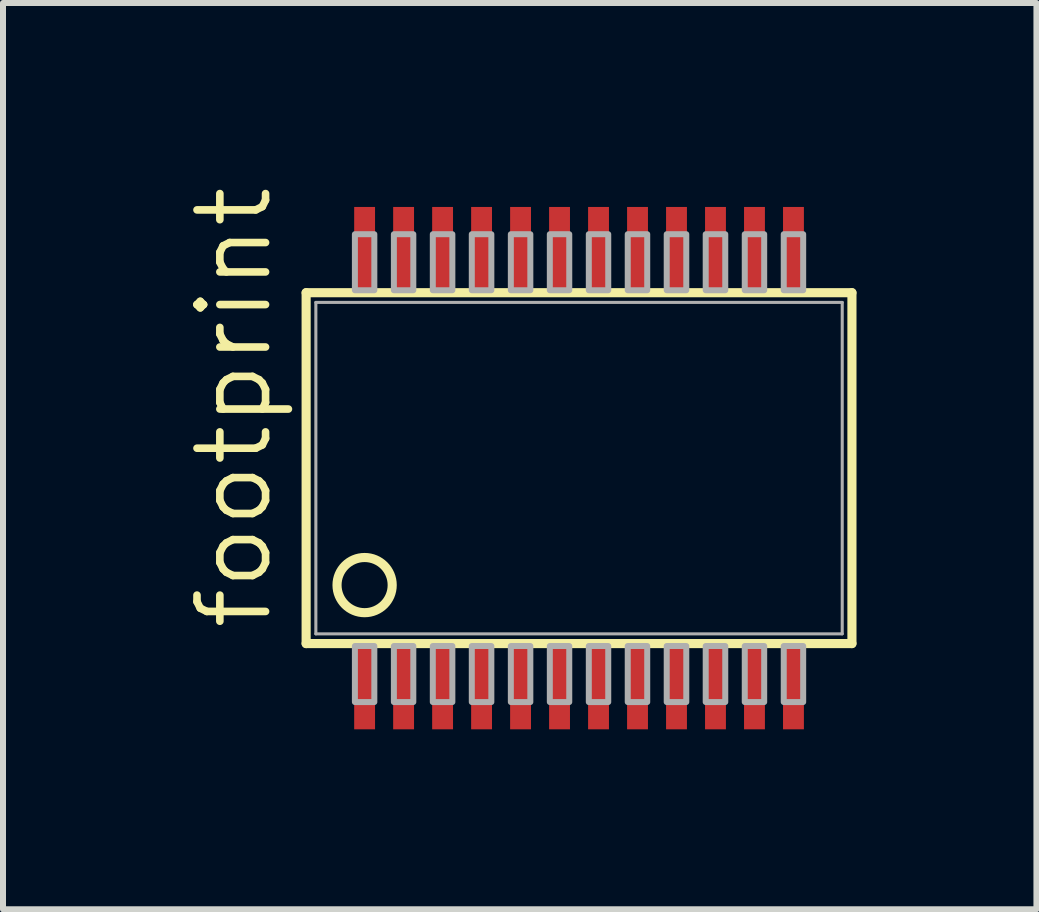
<source format=kicad_pcb>
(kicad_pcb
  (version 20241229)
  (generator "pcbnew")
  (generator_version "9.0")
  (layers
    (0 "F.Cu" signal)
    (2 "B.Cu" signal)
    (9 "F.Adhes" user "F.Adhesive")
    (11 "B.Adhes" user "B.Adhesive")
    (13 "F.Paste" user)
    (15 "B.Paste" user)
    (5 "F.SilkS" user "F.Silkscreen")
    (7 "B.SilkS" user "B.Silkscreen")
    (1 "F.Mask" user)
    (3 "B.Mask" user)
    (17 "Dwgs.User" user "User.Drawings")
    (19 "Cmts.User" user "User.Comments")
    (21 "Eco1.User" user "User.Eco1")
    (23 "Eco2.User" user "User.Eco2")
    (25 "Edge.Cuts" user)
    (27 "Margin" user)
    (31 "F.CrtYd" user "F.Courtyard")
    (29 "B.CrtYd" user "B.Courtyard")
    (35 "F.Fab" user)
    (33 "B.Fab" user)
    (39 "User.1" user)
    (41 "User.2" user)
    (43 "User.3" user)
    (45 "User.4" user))
  (footprint "footprint"
    (layer "F.Cu")
    (at 6.604 4.755)
    (property "Reference" "footprint" (at -5.08 2.745 90) (layer "F.SilkS") (effects (font (size 1.143 1.143) (thickness 0.127)) (justify left bottom)))
    (fp_line (start -4.55 -2.925) (end 4.55 -2.925) (stroke (width 0.152) (type solid)) (layer "F.SilkS"))
    (fp_line (start -4.55 2.925) (end -4.55 -2.925) (stroke (width 0.152) (type solid)) (layer "F.SilkS"))
    (fp_line (start 4.55 -2.925) (end 4.55 2.925) (stroke (width 0.152) (type solid)) (layer "F.SilkS"))
    (fp_line (start 4.55 2.925) (end -4.55 2.925) (stroke (width 0.152) (type solid)) (layer "F.SilkS"))
    (fp_circle (center -3.575 1.95) (end -3.115 1.95) (stroke (width 0.152) (type solid)) (fill no) (layer "F.SilkS"))
    (fp_line (start -4.388 -2.763) (end 4.388 -2.763) (stroke (width 0.051) (type solid)) (layer "F.Fab"))
    (fp_line (start -4.388 2.763) (end -4.388 -2.763) (stroke (width 0.051) (type solid)) (layer "F.Fab"))
    (fp_line (start 4.388 -2.763) (end 4.388 2.763) (stroke (width 0.051) (type solid)) (layer "F.Fab"))
    (fp_line (start 4.388 2.763) (end -4.388 2.763) (stroke (width 0.051) (type solid)) (layer "F.Fab"))
    (fp_poly (pts (xy -3.737 -2.966) (xy -3.413 -2.966) (xy -3.413 -3.9) (xy -3.737 -3.9)) (stroke (width 0.1) (type solid)) (fill no) (layer "F.Fab"))
    (fp_poly (pts (xy -3.737 3.9) (xy -3.413 3.9) (xy -3.413 2.966) (xy -3.737 2.966)) (stroke (width 0.1) (type solid)) (fill no) (layer "F.Fab"))
    (fp_poly (pts (xy -3.087 -2.966) (xy -2.763 -2.966) (xy -2.763 -3.9) (xy -3.087 -3.9)) (stroke (width 0.1) (type solid)) (fill no) (layer "F.Fab"))
    (fp_poly (pts (xy -3.087 3.9) (xy -2.763 3.9) (xy -2.763 2.966) (xy -3.087 2.966)) (stroke (width 0.1) (type solid)) (fill no) (layer "F.Fab"))
    (fp_poly (pts (xy -2.438 -2.966) (xy -2.112 -2.966) (xy -2.112 -3.9) (xy -2.438 -3.9)) (stroke (width 0.1) (type solid)) (fill no) (layer "F.Fab"))
    (fp_poly (pts (xy -2.438 3.9) (xy -2.112 3.9) (xy -2.112 2.966) (xy -2.438 2.966)) (stroke (width 0.1) (type solid)) (fill no) (layer "F.Fab"))
    (fp_poly (pts (xy -1.788 -2.966) (xy -1.462 -2.966) (xy -1.462 -3.9) (xy -1.788 -3.9)) (stroke (width 0.1) (type solid)) (fill no) (layer "F.Fab"))
    (fp_poly (pts (xy -1.788 3.9) (xy -1.462 3.9) (xy -1.462 2.966) (xy -1.788 2.966)) (stroke (width 0.1) (type solid)) (fill no) (layer "F.Fab"))
    (fp_poly (pts (xy -1.137 -2.966) (xy -0.812 -2.966) (xy -0.812 -3.9) (xy -1.137 -3.9)) (stroke (width 0.1) (type solid)) (fill no) (layer "F.Fab"))
    (fp_poly (pts (xy -1.137 3.9) (xy -0.812 3.9) (xy -0.812 2.966) (xy -1.137 2.966)) (stroke (width 0.1) (type solid)) (fill no) (layer "F.Fab"))
    (fp_poly (pts (xy -0.487 -2.966) (xy -0.163 -2.966) (xy -0.163 -3.9) (xy -0.487 -3.9)) (stroke (width 0.1) (type solid)) (fill no) (layer "F.Fab"))
    (fp_poly (pts (xy -0.487 3.9) (xy -0.163 3.9) (xy -0.163 2.966) (xy -0.487 2.966)) (stroke (width 0.1) (type solid)) (fill no) (layer "F.Fab"))
    (fp_poly (pts (xy 0.163 -2.966) (xy 0.487 -2.966) (xy 0.487 -3.9) (xy 0.163 -3.9)) (stroke (width 0.1) (type solid)) (fill no) (layer "F.Fab"))
    (fp_poly (pts (xy 0.163 3.9) (xy 0.487 3.9) (xy 0.487 2.966) (xy 0.163 2.966)) (stroke (width 0.1) (type solid)) (fill no) (layer "F.Fab"))
    (fp_poly (pts (xy 0.812 -2.966) (xy 1.137 -2.966) (xy 1.137 -3.9) (xy 0.812 -3.9)) (stroke (width 0.1) (type solid)) (fill no) (layer "F.Fab"))
    (fp_poly (pts (xy 0.812 3.9) (xy 1.137 3.9) (xy 1.137 2.966) (xy 0.812 2.966)) (stroke (width 0.1) (type solid)) (fill no) (layer "F.Fab"))
    (fp_poly (pts (xy 1.462 -2.966) (xy 1.788 -2.966) (xy 1.788 -3.9) (xy 1.462 -3.9)) (stroke (width 0.1) (type solid)) (fill no) (layer "F.Fab"))
    (fp_poly (pts (xy 1.462 3.9) (xy 1.788 3.9) (xy 1.788 2.966) (xy 1.462 2.966)) (stroke (width 0.1) (type solid)) (fill no) (layer "F.Fab"))
    (fp_poly (pts (xy 2.112 -2.966) (xy 2.438 -2.966) (xy 2.438 -3.9) (xy 2.112 -3.9)) (stroke (width 0.1) (type solid)) (fill no) (layer "F.Fab"))
    (fp_poly (pts (xy 2.112 3.9) (xy 2.438 3.9) (xy 2.438 2.966) (xy 2.112 2.966)) (stroke (width 0.1) (type solid)) (fill no) (layer "F.Fab"))
    (fp_poly (pts (xy 2.763 -2.966) (xy 3.087 -2.966) (xy 3.087 -3.9) (xy 2.763 -3.9)) (stroke (width 0.1) (type solid)) (fill no) (layer "F.Fab"))
    (fp_poly (pts (xy 2.763 3.9) (xy 3.087 3.9) (xy 3.087 2.966) (xy 2.763 2.966)) (stroke (width 0.1) (type solid)) (fill no) (layer "F.Fab"))
    (fp_poly (pts (xy 3.413 -2.966) (xy 3.737 -2.966) (xy 3.737 -3.9) (xy 3.413 -3.9)) (stroke (width 0.1) (type solid)) (fill no) (layer "F.Fab"))
    (fp_poly (pts (xy 3.413 3.9) (xy 3.737 3.9) (xy 3.737 2.966) (xy 3.413 2.966)) (stroke (width 0.1) (type solid)) (fill no) (layer "F.Fab"))
    (pad "1" smd rect (at -3.575 3.656) (size 0.348 1.397) (layers "F.Cu" "F.Mask" "F.Paste"))
    (pad "2" smd rect (at -2.925 3.656) (size 0.348 1.397) (layers "F.Cu" "F.Mask" "F.Paste"))
    (pad "3" smd rect (at -2.275 3.656) (size 0.348 1.397) (layers "F.Cu" "F.Mask" "F.Paste"))
    (pad "4" smd rect (at -1.625 3.656) (size 0.348 1.397) (layers "F.Cu" "F.Mask" "F.Paste"))
    (pad "5" smd rect (at -0.975 3.656) (size 0.348 1.397) (layers "F.Cu" "F.Mask" "F.Paste"))
    (pad "6" smd rect (at -0.325 3.656) (size 0.348 1.397) (layers "F.Cu" "F.Mask" "F.Paste"))
    (pad "7" smd rect (at 0.325 3.656) (size 0.348 1.397) (layers "F.Cu" "F.Mask" "F.Paste"))
    (pad "8" smd rect (at 0.975 3.656) (size 0.348 1.397) (layers "F.Cu" "F.Mask" "F.Paste"))
    (pad "9" smd rect (at 1.625 3.656) (size 0.348 1.397) (layers "F.Cu" "F.Mask" "F.Paste"))
    (pad "10" smd rect (at 2.275 3.656) (size 0.348 1.397) (layers "F.Cu" "F.Mask" "F.Paste"))
    (pad "11" smd rect (at 2.925 3.656) (size 0.348 1.397) (layers "F.Cu" "F.Mask" "F.Paste"))
    (pad "12" smd rect (at 3.575 3.656) (size 0.348 1.397) (layers "F.Cu" "F.Mask" "F.Paste"))
    (pad "13" smd rect (at 3.575 -3.656) (size 0.348 1.397) (layers "F.Cu" "F.Mask" "F.Paste"))
    (pad "14" smd rect (at 2.925 -3.656) (size 0.348 1.397) (layers "F.Cu" "F.Mask" "F.Paste"))
    (pad "15" smd rect (at 2.275 -3.656) (size 0.348 1.397) (layers "F.Cu" "F.Mask" "F.Paste"))
    (pad "16" smd rect (at 1.625 -3.656) (size 0.348 1.397) (layers "F.Cu" "F.Mask" "F.Paste"))
    (pad "17" smd rect (at 0.975 -3.656) (size 0.348 1.397) (layers "F.Cu" "F.Mask" "F.Paste"))
    (pad "18" smd rect (at 0.325 -3.656) (size 0.348 1.397) (layers "F.Cu" "F.Mask" "F.Paste"))
    (pad "19" smd rect (at -0.325 -3.656) (size 0.348 1.397) (layers "F.Cu" "F.Mask" "F.Paste"))
    (pad "20" smd rect (at -0.975 -3.656) (size 0.348 1.397) (layers "F.Cu" "F.Mask" "F.Paste"))
    (pad "21" smd rect (at -1.625 -3.656) (size 0.348 1.397) (layers "F.Cu" "F.Mask" "F.Paste"))
    (pad "22" smd rect (at -2.275 -3.656) (size 0.348 1.397) (layers "F.Cu" "F.Mask" "F.Paste"))
    (pad "23" smd rect (at -2.925 -3.656) (size 0.348 1.397) (layers "F.Cu" "F.Mask" "F.Paste"))
    (pad "24" smd rect (at -3.575 -3.656) (size 0.348 1.397) (layers "F.Cu" "F.Mask" "F.Paste")))
  (gr_rect
    (start -3 -3)
    (end 14.23 12.11)
    (stroke (width 0.1) (type default))
    (fill no)
    (layer "Edge.Cuts")))
</source>
